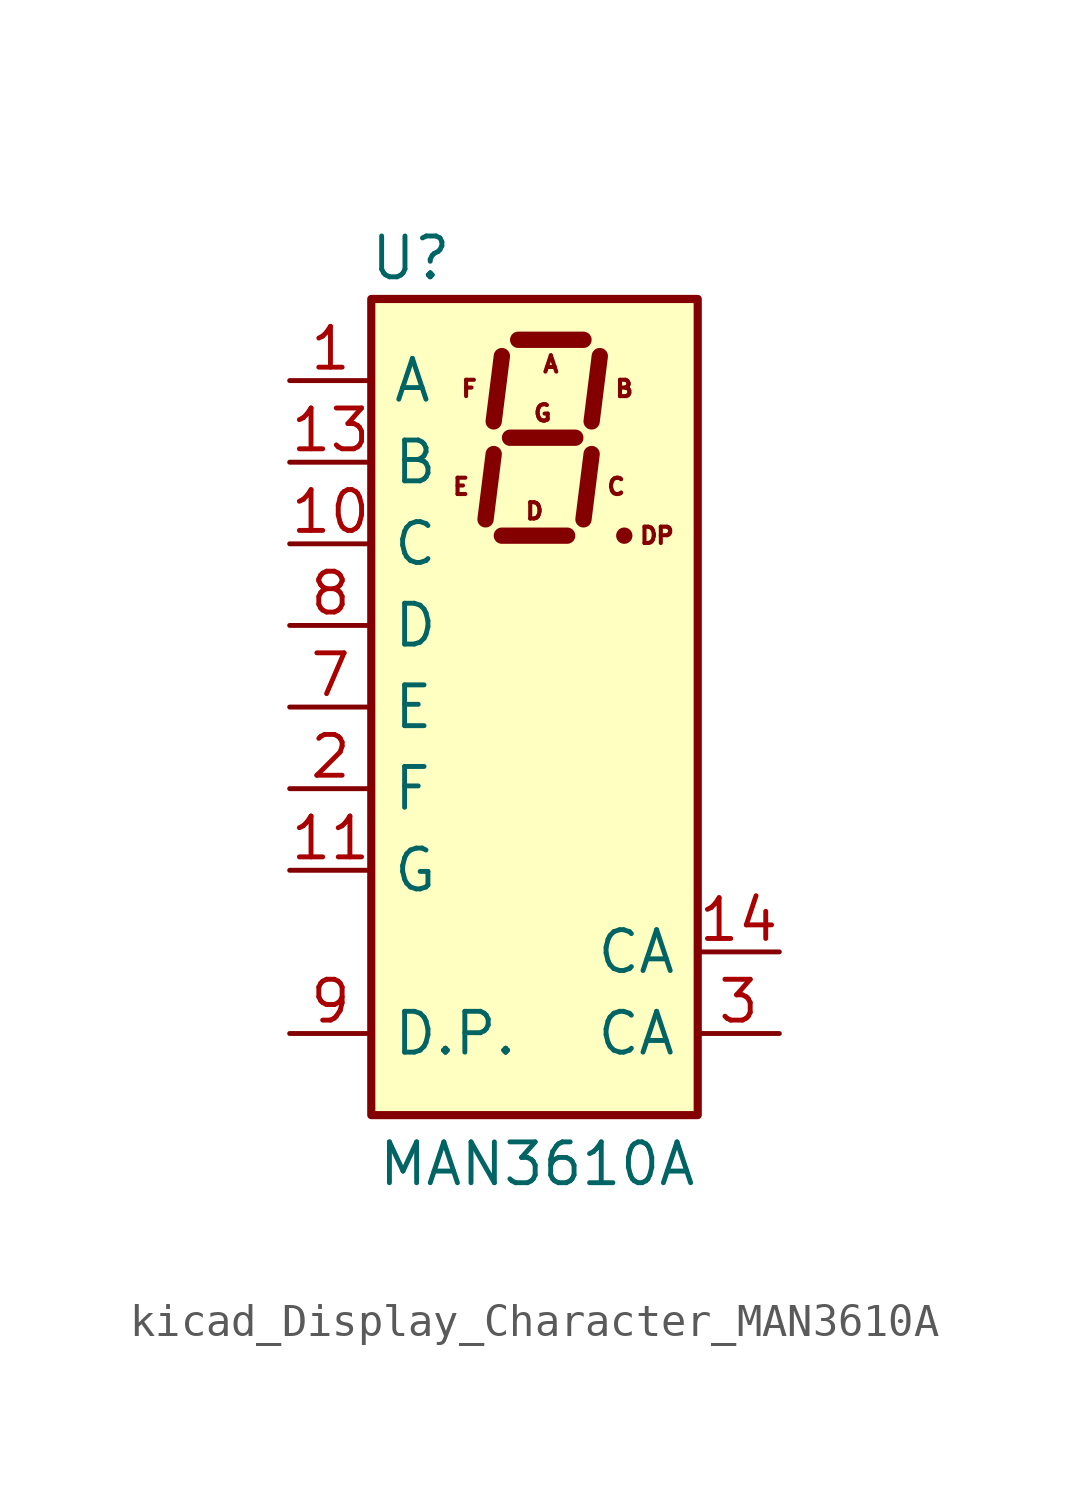
<source format=kicad_sym>
(kicad_symbol_lib
  (version 20220914)
  (generator kicad_symbol_editor)
  (symbol "kicad_Display_Character_MAN3610A"
    (pin_names
      (offset 0.635))
    (property "Reference" "U"
      (at -2.54 13.97 0)
      (effects (font (size 1.27 1.27)) (justify right)))
    (property "Value" "MAN3610A"
      (at 5.08 -14.224 0)
      (effects (font (size 1.27 1.27)) (justify right)))
    (symbol "kicad_Display_Character_MAN3610A_0_0"
      (text "A" (at 0.508 10.668 0) (effects (font (size 0.508 0.508))))
      (text "B" (at 2.794 9.906 0) (effects (font (size 0.508 0.508))))
      (text "C" (at 2.54 6.858 0) (effects (font (size 0.508 0.508))))
      (text "D" (at 0 6.096 0) (effects (font (size 0.508 0.508))))
      (text "DP" (at 3.81 5.334 0) (effects (font (size 0.508 0.508))))
      (text "E" (at -2.286 6.858 0) (effects (font (size 0.508 0.508))))
      (text "F" (at -2.032 9.906 0) (effects (font (size 0.508 0.508))))
      (text "G" (at 0.254 9.144 0) (effects (font (size 0.508 0.508)))))
    (symbol "kicad_Display_Character_MAN3610A_0_1"
      (rectangle (start -5.08 12.7) (end 5.08 -12.7) (stroke (width 0.254) (type default)) (fill (type background)))
      (polyline (pts (xy -1.27 7.874) (xy -1.524 5.842)) (stroke (width 0.508) (type default)) (fill (type none)))
      (polyline (pts (xy -1.016 5.334) (xy 1.016 5.334)) (stroke (width 0.508) (type default)) (fill (type none)))
      (polyline (pts (xy -1.016 10.922) (xy -1.27 8.89)) (stroke (width 0.508) (type default)) (fill (type none)))
      (polyline (pts (xy -0.762 8.382) (xy 1.27 8.382)) (stroke (width 0.508) (type default)) (fill (type none)))
      (polyline (pts (xy -0.508 11.43) (xy 1.524 11.43)) (stroke (width 0.508) (type default)) (fill (type none)))
      (polyline (pts (xy 1.778 7.874) (xy 1.524 5.842)) (stroke (width 0.508) (type default)) (fill (type none)))
      (polyline (pts (xy 2.032 10.922) (xy 1.778 8.89)) (stroke (width 0.508) (type default)) (fill (type none)))
      (polyline (pts (xy 2.794 5.334) (xy 2.794 5.334)) (stroke (width 0.508) (type default)) (fill (type none))))
    (symbol "kicad_Display_Character_MAN3610A_1_1"
      (pin input line (at -7.62 10.16 0) (length 2.54) (name "A" (effects (font (size 1.27 1.27)))) (number "1" (effects (font (size 1.27 1.27)))))
      (pin input line (at -7.62 5.08 0) (length 2.54) (name "C" (effects (font (size 1.27 1.27)))) (number "10" (effects (font (size 1.27 1.27)))))
      (pin input line (at -7.62 -5.08 0) (length 2.54) (name "G" (effects (font (size 1.27 1.27)))) (number "11" (effects (font (size 1.27 1.27)))))
      (pin no_connect line (at 5.08 -5.08 180) (length 2.54) hide (name "NC" (effects (font (size 1.27 1.27)))) (number "12" (effects (font (size 1.27 1.27)))))
      (pin input line (at -7.62 7.62 0) (length 2.54) (name "B" (effects (font (size 1.27 1.27)))) (number "13" (effects (font (size 1.27 1.27)))))
      (pin input line (at 7.62 -7.62 180) (length 2.54) (name "CA" (effects (font (size 1.27 1.27)))) (number "14" (effects (font (size 1.27 1.27)))))
      (pin input line (at -7.62 -2.54 0) (length 2.54) (name "F" (effects (font (size 1.27 1.27)))) (number "2" (effects (font (size 1.27 1.27)))))
      (pin input line (at 7.62 -10.16 180) (length 2.54) (name "CA" (effects (font (size 1.27 1.27)))) (number "3" (effects (font (size 1.27 1.27)))))
      (pin no_connect line (at 5.08 2.54 180) (length 2.54) hide (name "NC" (effects (font (size 1.27 1.27)))) (number "4" (effects (font (size 1.27 1.27)))))
      (pin no_connect line (at 5.08 0 180) (length 2.54) hide (name "NC" (effects (font (size 1.27 1.27)))) (number "5" (effects (font (size 1.27 1.27)))))
      (pin no_connect line (at 5.08 -2.54 180) (length 2.54) hide (name "NC" (effects (font (size 1.27 1.27)))) (number "6" (effects (font (size 1.27 1.27)))))
      (pin input line (at -7.62 0 0) (length 2.54) (name "E" (effects (font (size 1.27 1.27)))) (number "7" (effects (font (size 1.27 1.27)))))
      (pin input line (at -7.62 2.54 0) (length 2.54) (name "D" (effects (font (size 1.27 1.27)))) (number "8" (effects (font (size 1.27 1.27)))))
      (pin input line (at -7.62 -10.16 0) (length 2.54) (name "D.P." (effects (font (size 1.27 1.27)))) (number "9" (effects (font (size 1.27 1.27))))))))
</source>
